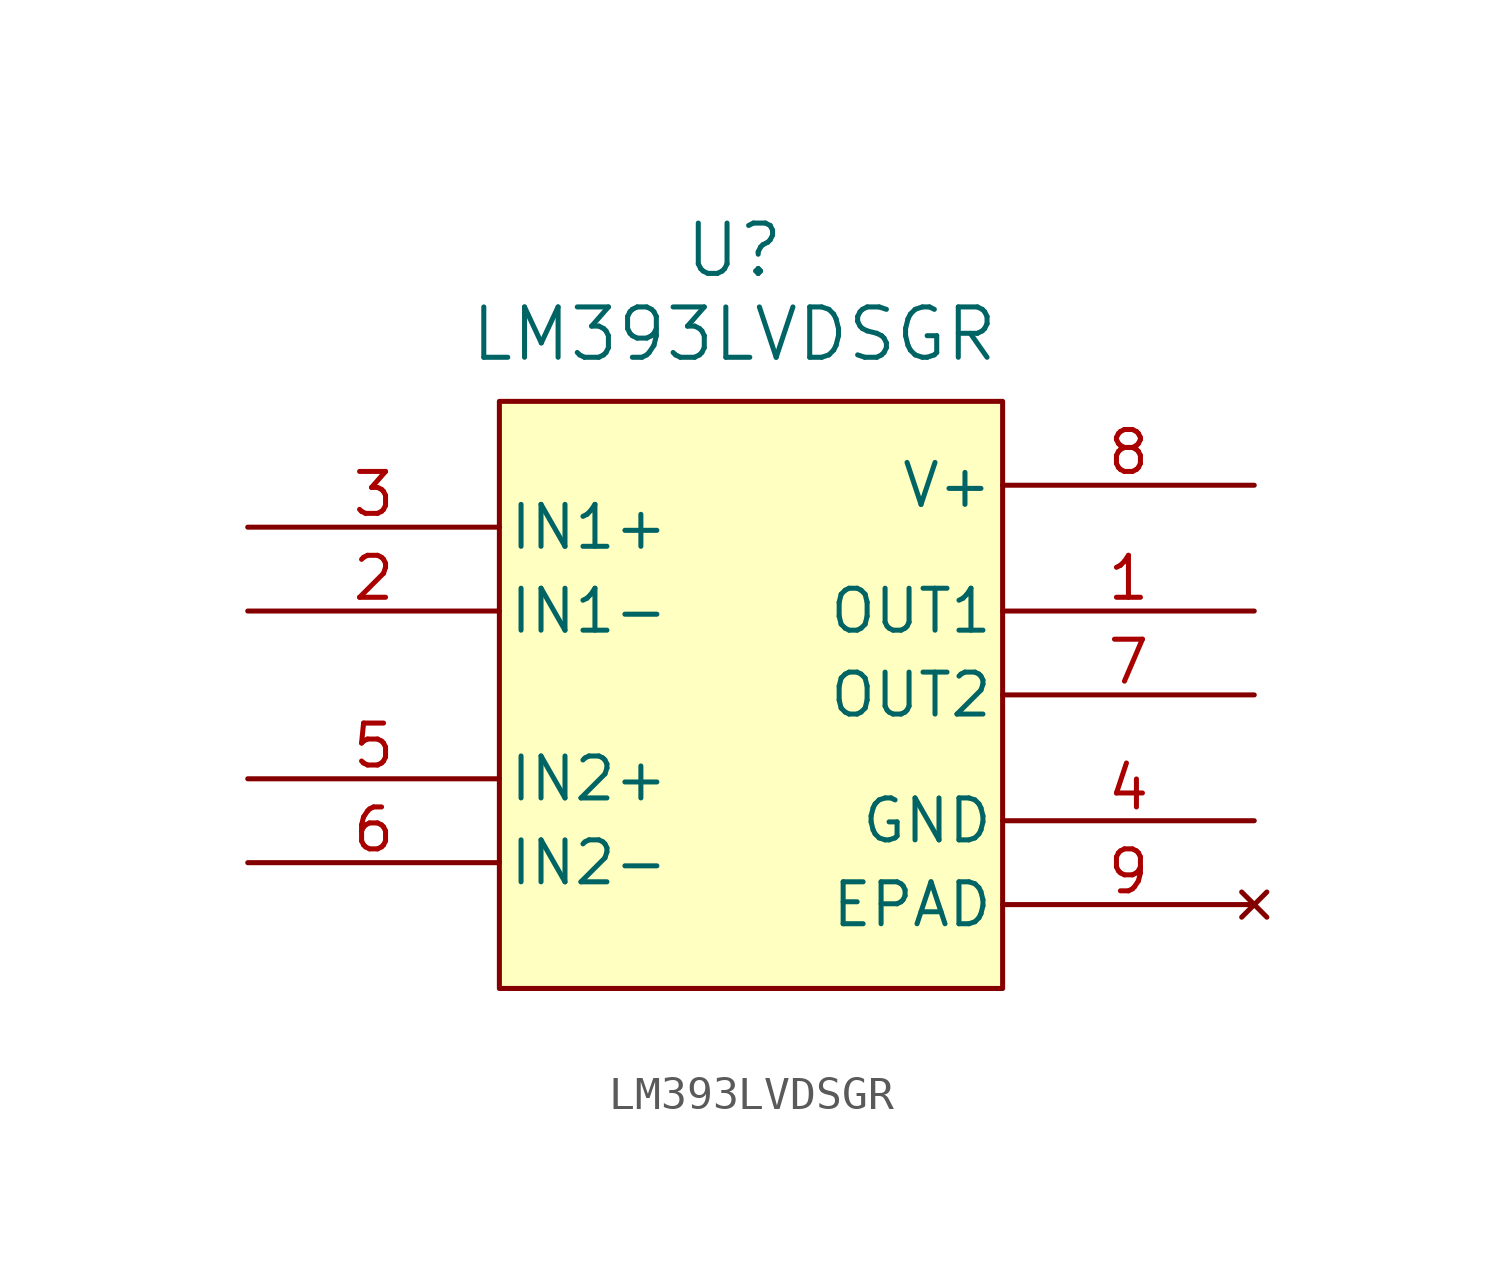
<source format=kicad_sym>
(kicad_symbol_lib
  (version 20241209)
  (generator "kicad_symbol_editor")
  (generator_version "9.0")
  (symbol "LM393LVDSGR"
    (pin_names
      (offset 0.254))
    (property "Reference" "U"
      (at 14.732 9.652 0)
      (effects (font (size 1.524 1.524))))
    (property "Value" "LM393LVDSGR"
      (at 14.732 7.112 0)
      (effects (font (size 1.524 1.524))))
    (property "ki_locked" ""
      (at 0 0 0)
      (effects (font (size 1.27 1.27))))
    (symbol "LM393LVDSGR_0_1"
      (pin input line (at 0 1.27 0) (length 7.62) (name "IN1+" (effects (font (size 1.27 1.27)))) (number "3" (effects (font (size 1.27 1.27)))))
      (pin input line (at 0 -1.27 0) (length 7.62) (name "IN1-" (effects (font (size 1.27 1.27)))) (number "2" (effects (font (size 1.27 1.27)))))
      (pin input line (at 0 -6.35 0) (length 7.62) (name "IN2+" (effects (font (size 1.27 1.27)))) (number "5" (effects (font (size 1.27 1.27)))))
      (pin input line (at 0 -8.89 0) (length 7.62) (name "IN2-" (effects (font (size 1.27 1.27)))) (number "6" (effects (font (size 1.27 1.27)))))
      (pin power_in line (at 30.48 2.54 180) (length 7.62) (name "V+" (effects (font (size 1.27 1.27)))) (number "8" (effects (font (size 1.27 1.27)))))
      (pin output line (at 30.48 -1.27 180) (length 7.62) (name "OUT1" (effects (font (size 1.27 1.27)))) (number "1" (effects (font (size 1.27 1.27)))))
      (pin output line (at 30.48 -3.81 180) (length 7.62) (name "OUT2" (effects (font (size 1.27 1.27)))) (number "7" (effects (font (size 1.27 1.27)))))
      (pin power_out line (at 30.48 -7.62 180) (length 7.62) (name "GND" (effects (font (size 1.27 1.27)))) (number "4" (effects (font (size 1.27 1.27))))))
    (symbol "LM393LVDSGR_1_1"
      (rectangle (start 7.62 5.08) (end 22.86 -12.7) (stroke (width 0) (type default)) (fill (type background)))
      (pin no_connect line (at 30.48 -10.16 180) (length 7.62) (name "EPAD" (effects (font (size 1.27 1.27)))) (number "9" (effects (font (size 1.27 1.27))))))))
</source>
